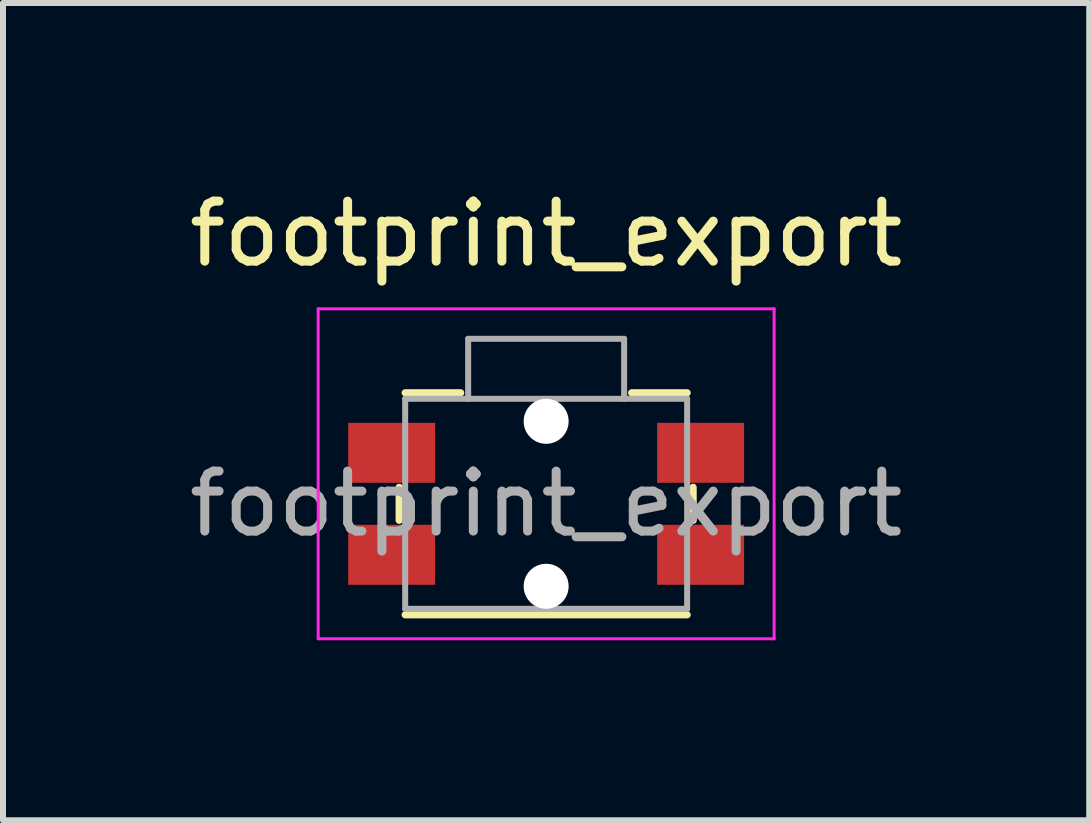
<source format=kicad_pcb>
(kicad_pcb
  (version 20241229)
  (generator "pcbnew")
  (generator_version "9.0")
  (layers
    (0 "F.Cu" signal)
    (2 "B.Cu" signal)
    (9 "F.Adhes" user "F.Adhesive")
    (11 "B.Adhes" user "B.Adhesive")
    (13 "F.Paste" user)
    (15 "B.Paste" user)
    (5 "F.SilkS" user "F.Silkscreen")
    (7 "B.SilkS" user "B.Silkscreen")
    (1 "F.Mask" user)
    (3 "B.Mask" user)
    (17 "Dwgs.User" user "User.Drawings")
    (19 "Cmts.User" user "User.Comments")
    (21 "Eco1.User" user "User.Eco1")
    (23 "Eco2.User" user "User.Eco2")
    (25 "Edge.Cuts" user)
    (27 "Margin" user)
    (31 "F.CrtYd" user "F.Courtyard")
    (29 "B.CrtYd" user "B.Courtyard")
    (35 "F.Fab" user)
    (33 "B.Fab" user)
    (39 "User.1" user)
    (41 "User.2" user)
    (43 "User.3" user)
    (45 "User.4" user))
  (footprint "footprint_export"
    (layer "F.Cu")
    (at 6.054 5.348)
    (property "Reference" "footprint_export" (at 0 -4.5 0) (layer "F.SilkS") (effects (font (size 1 1) (thickness 0.15))))
    (attr smd)
    (fp_line (start -2.45 0.275) (end -2.45 -0.275) (stroke (width 0.12) (type solid)) (layer "F.SilkS"))
    (fp_line (start -1.425 -1.85) (end -2.35 -1.85) (stroke (width 0.12) (type solid)) (layer "F.SilkS"))
    (fp_line (start 2.35 -1.85) (end 1.425 -1.85) (stroke (width 0.12) (type solid)) (layer "F.SilkS"))
    (fp_line (start 2.35 1.85) (end -2.35 1.85) (stroke (width 0.12) (type solid)) (layer "F.SilkS"))
    (fp_line (start 2.45 0.275) (end 2.45 -0.275) (stroke (width 0.12) (type solid)) (layer "F.SilkS"))
    (fp_line (start -3.8 2.25) (end -3.8 -3.25) (stroke (width 0.05) (type solid)) (layer "F.CrtYd"))
    (fp_line (start 3.8 -3.25) (end -3.8 -3.25) (stroke (width 0.05) (type solid)) (layer "F.CrtYd"))
    (fp_line (start 3.8 2.25) (end -3.8 2.25) (stroke (width 0.05) (type solid)) (layer "F.CrtYd"))
    (fp_line (start 3.8 2.25) (end 3.8 -3.25) (stroke (width 0.05) (type solid)) (layer "F.CrtYd"))
    (fp_line (start -2.35 1.75) (end -2.35 -1.75) (stroke (width 0.1) (type solid)) (layer "F.Fab"))
    (fp_line (start -1.3 -2.75) (end -1.3 -1.75) (stroke (width 0.1) (type solid)) (layer "F.Fab"))
    (fp_line (start 1.3 -2.75) (end -1.3 -2.75) (stroke (width 0.1) (type solid)) (layer "F.Fab"))
    (fp_line (start 1.3 -2.75) (end 1.3 -1.75) (stroke (width 0.1) (type solid)) (layer "F.Fab"))
    (fp_line (start 2.35 -1.75) (end -2.35 -1.75) (stroke (width 0.1) (type solid)) (layer "F.Fab"))
    (fp_line (start 2.35 1.75) (end -2.35 1.75) (stroke (width 0.1) (type solid)) (layer "F.Fab"))
    (fp_line (start 2.35 1.75) (end 2.35 -1.75) (stroke (width 0.1) (type solid)) (layer "F.Fab"))
    (fp_text user "${REFERENCE}" (at 0 0 0) (layer "F.Fab") (effects (font (size 1 1) (thickness 0.15))))
    (pad "" np_thru_hole circle (at 0 -1.375 180) (size 0.75 0.75) (drill 0.75) (layers "*.Cu" "*.Mask"))
    (pad "" np_thru_hole circle (at 0 1.375 180) (size 0.75 0.75) (drill 0.75) (layers "*.Cu" "*.Mask"))
    (pad "1" smd rect (at -2.575 -0.85 180) (size 1.45 1) (layers "F.Cu" "F.Mask" "F.Paste"))
    (pad "1" smd rect (at 2.575 -0.85 180) (size 1.45 1) (layers "F.Cu" "F.Mask" "F.Paste"))
    (pad "2" smd rect (at -2.575 0.85 180) (size 1.45 1) (layers "F.Cu" "F.Mask" "F.Paste"))
    (pad "2" smd rect (at 2.575 0.85 180) (size 1.45 1) (layers "F.Cu" "F.Mask" "F.Paste")))
  (gr_rect
    (start -3 -3)
    (end 15.107 10.623)
    (stroke (width 0.1) (type default))
    (fill no)
    (layer "Edge.Cuts")))
</source>
